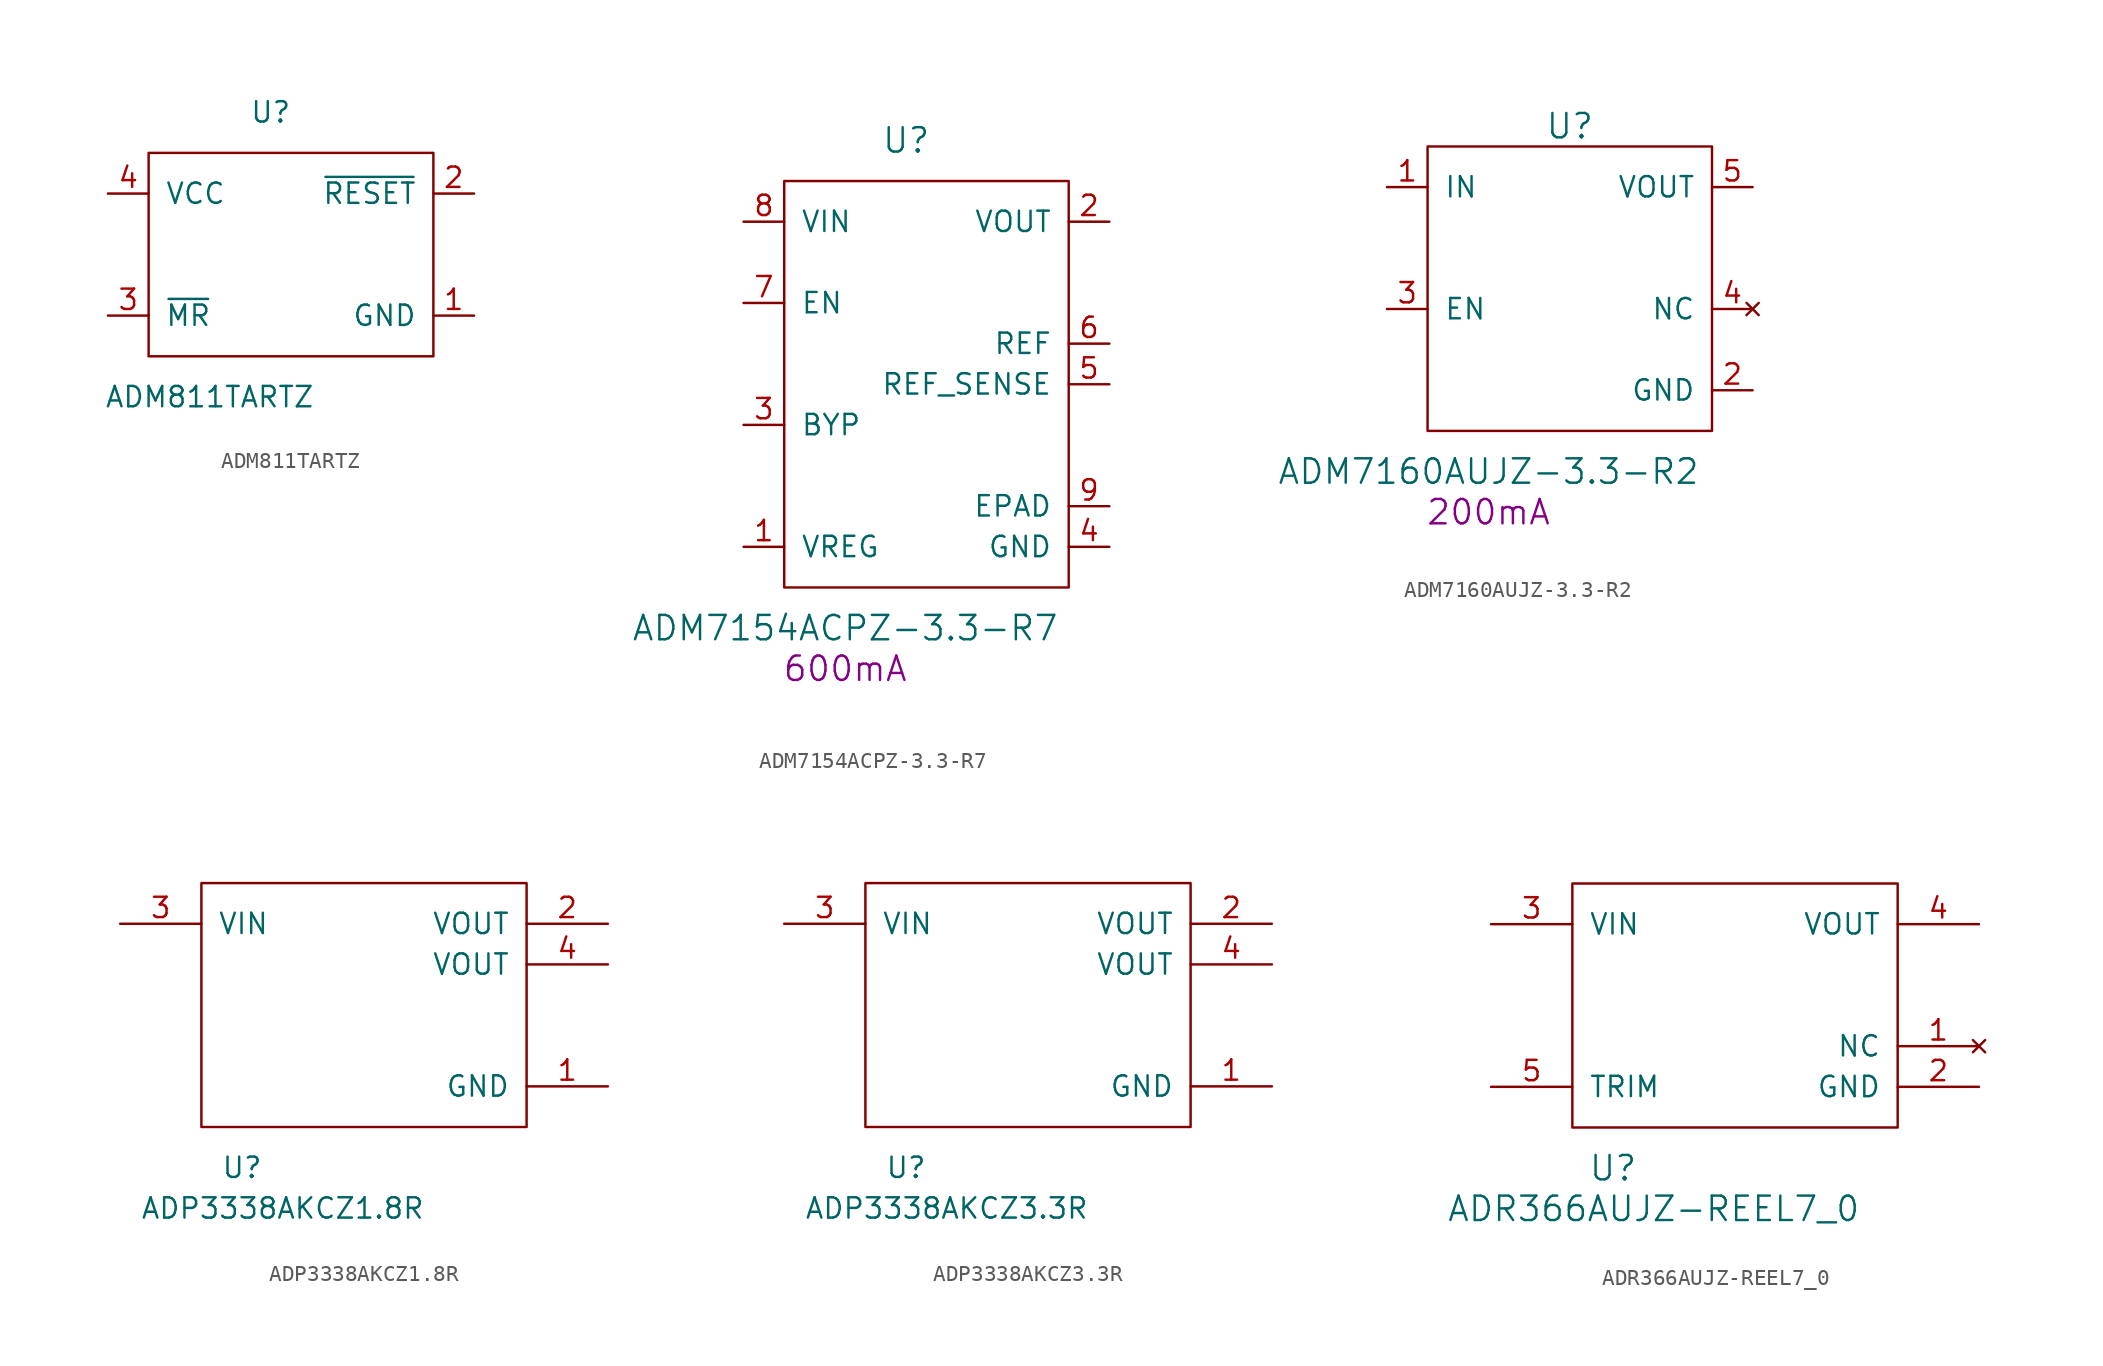
<source format=kicad_sym>
(kicad_symbol_lib
  (version 20220914)
  (generator kicad_symbol_editor)
  (symbol "ADM811TARTZ"
    (pin_names
      (offset 1.016))
    (property "Reference" "U"
      (at 7.62 15.24 0)
      (effects (font (size 1.27 1.27))))
    (property "Value" "ADM811TARTZ"
      (at 3.81 -2.54 0)
      (effects (font (size 1.27 1.27))))
    (symbol "ADM811TARTZ_0_1"
      (rectangle (start 0 12.7) (end 17.78 0) (stroke (width 0) (type solid)) (fill (type none))))
    (symbol "ADM811TARTZ_1_1"
      (pin power_in line (at 20.32 2.54 180) (length 2.54) (name "GND" (effects (font (size 1.27 1.27)))) (number "1" (effects (font (size 1.27 1.27)))))
      (pin power_out line (at 20.32 10.16 180) (length 2.54) (name "~{RESET}" (effects (font (size 1.27 1.27)))) (number "2" (effects (font (size 1.27 1.27)))))
      (pin input line (at -2.54 2.54 0) (length 2.54) (name "~{MR}" (effects (font (size 1.27 1.27)))) (number "3" (effects (font (size 1.27 1.27)))))
      (pin power_in line (at -2.54 10.16 0) (length 2.54) (name "VCC" (effects (font (size 1.27 1.27)))) (number "4" (effects (font (size 1.27 1.27)))))))
  (symbol "ADM7154ACPZ-3.3-R7"
    (pin_names
      (offset 1.016))
    (property "Reference" "U"
      (at 7.62 27.94 0)
      (effects (font (size 1.524 1.524))))
    (property "Value" "ADM7154ACPZ-3.3-R7"
      (at 3.81 -2.54 0)
      (effects (font (size 1.524 1.524))))
    (property "Current" "600mA"
      (at 3.81 -5.08 0)
      (effects (font (size 1.524 1.524))))
    (symbol "ADM7154ACPZ-3.3-R7_0_1"
      (rectangle (start 0 25.4) (end 17.78 0) (stroke (width 0) (type solid)) (fill (type none))))
    (symbol "ADM7154ACPZ-3.3-R7_1_1"
      (pin power_out line (at -2.54 2.54 0) (length 2.54) (name "VREG" (effects (font (size 1.27 1.27)))) (number "1" (effects (font (size 1.27 1.27)))))
      (pin power_out line (at 20.32 22.86 180) (length 2.54) (name "VOUT" (effects (font (size 1.27 1.27)))) (number "2" (effects (font (size 1.27 1.27)))))
      (pin power_out line (at -2.54 10.16 0) (length 2.54) (name "BYP" (effects (font (size 1.27 1.27)))) (number "3" (effects (font (size 1.27 1.27)))))
      (pin power_in line (at 20.32 2.54 180) (length 2.54) (name "GND" (effects (font (size 1.27 1.27)))) (number "4" (effects (font (size 1.27 1.27)))))
      (pin input line (at 20.32 12.7 180) (length 2.54) (name "REF_SENSE" (effects (font (size 1.27 1.27)))) (number "5" (effects (font (size 1.27 1.27)))))
      (pin output line (at 20.32 15.24 180) (length 2.54) (name "REF" (effects (font (size 1.27 1.27)))) (number "6" (effects (font (size 1.27 1.27)))))
      (pin input line (at -2.54 17.78 0) (length 2.54) (name "EN" (effects (font (size 1.27 1.27)))) (number "7" (effects (font (size 1.27 1.27)))))
      (pin power_in line (at -2.54 22.86 0) (length 2.54) (name "VIN" (effects (font (size 1.27 1.27)))) (number "8" (effects (font (size 1.27 1.27)))))
      (pin power_in line (at 20.32 5.08 180) (length 2.54) (name "EPAD" (effects (font (size 1.27 1.27)))) (number "9" (effects (font (size 1.27 1.27)))))))
  (symbol "ADM7160AUJZ-3.3-R2"
    (pin_names
      (offset 1.016))
    (property "Reference" "U"
      (at 8.89 19.05 0)
      (effects (font (size 1.524 1.524))))
    (property "Value" "ADM7160AUJZ-3.3-R2"
      (at 3.81 -2.54 0)
      (effects (font (size 1.524 1.524))))
    (property "Current" "200mA"
      (at 3.81 -5.08 0)
      (effects (font (size 1.524 1.524))))
    (symbol "ADM7160AUJZ-3.3-R2_0_1"
      (rectangle (start 0 17.78) (end 17.78 0) (stroke (width 0) (type solid)) (fill (type none))))
    (symbol "ADM7160AUJZ-3.3-R2_1_1"
      (pin power_in line (at -2.54 15.24 0) (length 2.54) (name "IN" (effects (font (size 1.27 1.27)))) (number "1" (effects (font (size 1.27 1.27)))))
      (pin power_in line (at 20.32 2.54 180) (length 2.54) (name "GND" (effects (font (size 1.27 1.27)))) (number "2" (effects (font (size 1.27 1.27)))))
      (pin input line (at -2.54 7.62 0) (length 2.54) (name "EN" (effects (font (size 1.27 1.27)))) (number "3" (effects (font (size 1.27 1.27)))))
      (pin no_connect line (at 20.32 7.62 180) (length 2.54) (name "NC" (effects (font (size 1.27 1.27)))) (number "4" (effects (font (size 1.27 1.27)))))
      (pin power_out line (at 20.32 15.24 180) (length 2.54) (name "VOUT" (effects (font (size 1.27 1.27)))) (number "5" (effects (font (size 1.27 1.27)))))))
  (symbol "ADP3338AKCZ1.8R"
    (pin_names
      (offset 1.016))
    (property "Reference" "U"
      (at 2.54 -2.54 0)
      (effects (font (size 1.27 1.27))))
    (property "Value" "ADP3338AKCZ1.8R"
      (at 5.08 -5.08 0)
      (effects (font (size 1.27 1.27))))
    (symbol "ADP3338AKCZ1.8R_1_1"
      (rectangle (start 0 0) (end 20.32 15.24) (stroke (width 0) (type solid)) (fill (type none)))
      (pin power_in line (at 25.4 2.54 180) (length 5.08) (name "GND" (effects (font (size 1.27 1.27)))) (number "1" (effects (font (size 1.27 1.27)))))
      (pin power_out line (at 25.4 12.7 180) (length 5.08) (name "VOUT" (effects (font (size 1.27 1.27)))) (number "2" (effects (font (size 1.27 1.27)))))
      (pin power_in line (at -5.08 12.7 0) (length 5.08) (name "VIN" (effects (font (size 1.27 1.27)))) (number "3" (effects (font (size 1.27 1.27)))))
      (pin passive line (at 25.4 10.16 180) (length 5.08) (name "VOUT" (effects (font (size 1.27 1.27)))) (number "4" (effects (font (size 1.27 1.27)))))))
  (symbol "ADP3338AKCZ3.3R"
    (pin_names
      (offset 1.016))
    (property "Reference" "U"
      (at 2.54 -2.54 0)
      (effects (font (size 1.27 1.27))))
    (property "Value" "ADP3338AKCZ3.3R"
      (at 5.08 -5.08 0)
      (effects (font (size 1.27 1.27))))
    (symbol "ADP3338AKCZ3.3R_1_1"
      (rectangle (start 0 0) (end 20.32 15.24) (stroke (width 0) (type solid)) (fill (type none)))
      (pin power_in line (at 25.4 2.54 180) (length 5.08) (name "GND" (effects (font (size 1.27 1.27)))) (number "1" (effects (font (size 1.27 1.27)))))
      (pin power_out line (at 25.4 12.7 180) (length 5.08) (name "VOUT" (effects (font (size 1.27 1.27)))) (number "2" (effects (font (size 1.27 1.27)))))
      (pin power_in line (at -5.08 12.7 0) (length 5.08) (name "VIN" (effects (font (size 1.27 1.27)))) (number "3" (effects (font (size 1.27 1.27)))))
      (pin passive line (at 25.4 10.16 180) (length 5.08) (name "VOUT" (effects (font (size 1.27 1.27)))) (number "4" (effects (font (size 1.27 1.27)))))))
  (symbol "ADR366AUJZ-REEL7_0"
    (pin_names
      (offset 1.016))
    (property "Reference" "U"
      (at 2.54 -2.54 0)
      (effects (font (size 1.524 1.524))))
    (property "Value" "ADR366AUJZ-REEL7_0"
      (at 5.08 -5.08 0)
      (effects (font (size 1.524 1.524))))
    (symbol "ADR366AUJZ-REEL7_0_1_1"
      (rectangle (start 0 0) (end 20.32 15.24) (stroke (width 0) (type solid)) (fill (type none)))
      (pin no_connect line (at 25.4 5.08 180) (length 5.08) (name "NC" (effects (font (size 1.27 1.27)))) (number "1" (effects (font (size 1.27 1.27)))))
      (pin power_in line (at 25.4 2.54 180) (length 5.08) (name "GND" (effects (font (size 1.27 1.27)))) (number "2" (effects (font (size 1.27 1.27)))))
      (pin power_in line (at -5.08 12.7 0) (length 5.08) (name "VIN" (effects (font (size 1.27 1.27)))) (number "3" (effects (font (size 1.27 1.27)))))
      (pin output line (at 25.4 12.7 180) (length 5.08) (name "VOUT" (effects (font (size 1.27 1.27)))) (number "4" (effects (font (size 1.27 1.27)))))
      (pin input line (at -5.08 2.54 0) (length 5.08) (name "TRIM" (effects (font (size 1.27 1.27)))) (number "5" (effects (font (size 1.27 1.27))))))))
</source>
